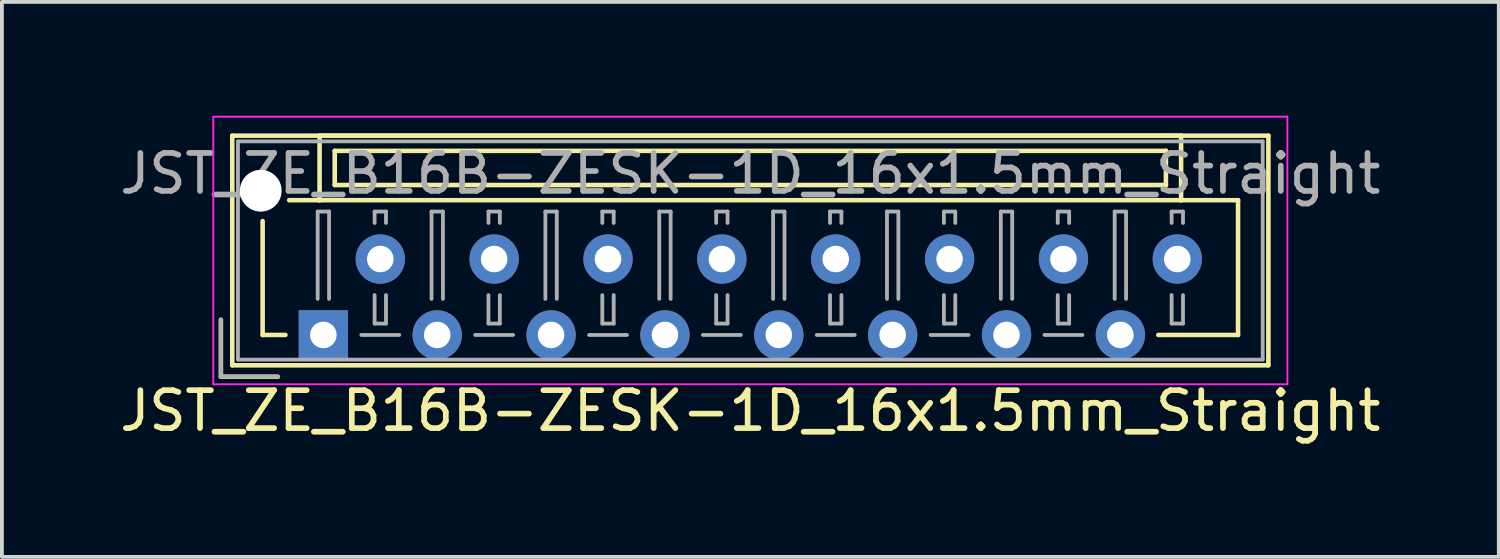
<source format=kicad_pcb>
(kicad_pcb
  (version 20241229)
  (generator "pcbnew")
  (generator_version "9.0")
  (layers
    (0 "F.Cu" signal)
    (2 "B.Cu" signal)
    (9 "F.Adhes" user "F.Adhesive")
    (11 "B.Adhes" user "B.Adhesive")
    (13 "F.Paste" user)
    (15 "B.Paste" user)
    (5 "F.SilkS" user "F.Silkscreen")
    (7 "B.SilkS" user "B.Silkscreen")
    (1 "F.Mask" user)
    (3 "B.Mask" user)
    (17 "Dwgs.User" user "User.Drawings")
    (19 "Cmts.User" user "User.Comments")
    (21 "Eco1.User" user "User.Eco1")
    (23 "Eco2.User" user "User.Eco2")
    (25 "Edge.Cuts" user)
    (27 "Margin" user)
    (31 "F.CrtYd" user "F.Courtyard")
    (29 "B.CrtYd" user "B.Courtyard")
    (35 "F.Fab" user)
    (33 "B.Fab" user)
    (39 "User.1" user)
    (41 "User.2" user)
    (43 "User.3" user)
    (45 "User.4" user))
  (footprint "JST_ZE_B16B-ZESK-1D_16x1.5mm_Straight"
    (layer "F.Cu")
    (at 5.47 5.775)
    (property "Reference" "JST_ZE_B16B-ZESK-1D_16x1.5mm_Straight" (at 11.25 2 0) (layer "F.SilkS") (effects (font (size 1 1) (thickness 0.15))))
    (attr through_hole)
    (fp_line (start -2.7 -0.4) (end -2.7 1.1) (stroke (width 0.12) (type solid)) (layer "F.SilkS"))
    (fp_line (start -2.7 1.1) (end -1.2 1.1) (stroke (width 0.12) (type solid)) (layer "F.SilkS"))
    (fp_line (start -2.4 -5.25) (end -2.4 0.8) (stroke (width 0.12) (type solid)) (layer "F.SilkS"))
    (fp_line (start -2.4 0.8) (end 24.9 0.8) (stroke (width 0.12) (type solid)) (layer "F.SilkS"))
    (fp_line (start -1.6 -3) (end -1.6 0) (stroke (width 0.12) (type solid)) (layer "F.SilkS"))
    (fp_line (start -1.6 0) (end -1 0) (stroke (width 0.12) (type solid)) (layer "F.SilkS"))
    (fp_line (start -0.1 -5.25) (end -0.1 -3.55) (stroke (width 0.12) (type solid)) (layer "F.SilkS"))
    (fp_line (start -0.1 -3.55) (end -0.9 -3.55) (stroke (width 0.12) (type solid)) (layer "F.SilkS"))
    (fp_line (start -0.1 -3.55) (end 22.6 -3.55) (stroke (width 0.12) (type solid)) (layer "F.SilkS"))
    (fp_line (start 0.3 -4.85) (end 0.3 -3.95) (stroke (width 0.12) (type solid)) (layer "F.SilkS"))
    (fp_line (start 0.3 -3.95) (end 22.2 -3.95) (stroke (width 0.12) (type solid)) (layer "F.SilkS"))
    (fp_line (start 22.2 -4.85) (end 0.3 -4.85) (stroke (width 0.12) (type solid)) (layer "F.SilkS"))
    (fp_line (start 22.2 -3.95) (end 22.2 -4.85) (stroke (width 0.12) (type solid)) (layer "F.SilkS"))
    (fp_line (start 22.6 -5.25) (end -0.1 -5.25) (stroke (width 0.12) (type solid)) (layer "F.SilkS"))
    (fp_line (start 22.6 -3.55) (end 22.6 -5.25) (stroke (width 0.12) (type solid)) (layer "F.SilkS"))
    (fp_line (start 22.6 -3.55) (end 24.1 -3.55) (stroke (width 0.12) (type solid)) (layer "F.SilkS"))
    (fp_line (start 24.1 -3.55) (end 24.1 0) (stroke (width 0.12) (type solid)) (layer "F.SilkS"))
    (fp_line (start 24.1 0) (end 22 0) (stroke (width 0.12) (type solid)) (layer "F.SilkS"))
    (fp_line (start 24.9 -5.25) (end -2.4 -5.25) (stroke (width 0.12) (type solid)) (layer "F.SilkS"))
    (fp_line (start 24.9 0.8) (end 24.9 -5.25) (stroke (width 0.12) (type solid)) (layer "F.SilkS"))
    (fp_line (start -2.9 -5.75) (end -2.9 1.3) (stroke (width 0.05) (type solid)) (layer "F.CrtYd"))
    (fp_line (start -2.9 1.3) (end 25.4 1.3) (stroke (width 0.05) (type solid)) (layer "F.CrtYd"))
    (fp_line (start 25.4 -5.75) (end -2.9 -5.75) (stroke (width 0.05) (type solid)) (layer "F.CrtYd"))
    (fp_line (start 25.4 1.3) (end 25.4 -5.75) (stroke (width 0.05) (type solid)) (layer "F.CrtYd"))
    (fp_line (start -2.7 -0.4) (end -2.7 1.1) (stroke (width 0.1) (type solid)) (layer "F.Fab"))
    (fp_line (start -2.7 1.1) (end -1.2 1.1) (stroke (width 0.1) (type solid)) (layer "F.Fab"))
    (fp_line (start -2.25 -5.1) (end -2.25 0.65) (stroke (width 0.1) (type solid)) (layer "F.Fab"))
    (fp_line (start -2.25 0.65) (end 24.75 0.65) (stroke (width 0.1) (type solid)) (layer "F.Fab"))
    (fp_line (start -0.15 -3.25) (end 0.15 -3.25) (stroke (width 0.1) (type solid)) (layer "F.Fab"))
    (fp_line (start -0.15 -0.95) (end -0.15 -3.25) (stroke (width 0.1) (type solid)) (layer "F.Fab"))
    (fp_line (start 0.15 -3.25) (end 0.15 -0.95) (stroke (width 0.1) (type solid)) (layer "F.Fab"))
    (fp_line (start 1 0) (end 2 0) (stroke (width 0.1) (type solid)) (layer "F.Fab"))
    (fp_line (start 1.35 -3.25) (end 1.65 -3.25) (stroke (width 0.1) (type solid)) (layer "F.Fab"))
    (fp_line (start 1.35 -2.95) (end 1.35 -3.25) (stroke (width 0.1) (type solid)) (layer "F.Fab"))
    (fp_line (start 1.35 -1.05) (end 1.35 -0.3) (stroke (width 0.1) (type solid)) (layer "F.Fab"))
    (fp_line (start 1.35 -0.3) (end 1.65 -0.3) (stroke (width 0.1) (type solid)) (layer "F.Fab"))
    (fp_line (start 1.65 -3.25) (end 1.65 -2.95) (stroke (width 0.1) (type solid)) (layer "F.Fab"))
    (fp_line (start 1.65 -0.3) (end 1.65 -1.05) (stroke (width 0.1) (type solid)) (layer "F.Fab"))
    (fp_line (start 2.85 -3.25) (end 3.15 -3.25) (stroke (width 0.1) (type solid)) (layer "F.Fab"))
    (fp_line (start 2.85 -0.95) (end 2.85 -3.25) (stroke (width 0.1) (type solid)) (layer "F.Fab"))
    (fp_line (start 3.15 -3.25) (end 3.15 -0.95) (stroke (width 0.1) (type solid)) (layer "F.Fab"))
    (fp_line (start 4 0) (end 5 0) (stroke (width 0.1) (type solid)) (layer "F.Fab"))
    (fp_line (start 4.35 -3.25) (end 4.65 -3.25) (stroke (width 0.1) (type solid)) (layer "F.Fab"))
    (fp_line (start 4.35 -2.95) (end 4.35 -3.25) (stroke (width 0.1) (type solid)) (layer "F.Fab"))
    (fp_line (start 4.35 -1.05) (end 4.35 -0.3) (stroke (width 0.1) (type solid)) (layer "F.Fab"))
    (fp_line (start 4.35 -0.3) (end 4.65 -0.3) (stroke (width 0.1) (type solid)) (layer "F.Fab"))
    (fp_line (start 4.65 -3.25) (end 4.65 -2.95) (stroke (width 0.1) (type solid)) (layer "F.Fab"))
    (fp_line (start 4.65 -0.3) (end 4.65 -1.05) (stroke (width 0.1) (type solid)) (layer "F.Fab"))
    (fp_line (start 5.85 -3.25) (end 6.15 -3.25) (stroke (width 0.1) (type solid)) (layer "F.Fab"))
    (fp_line (start 5.85 -0.95) (end 5.85 -3.25) (stroke (width 0.1) (type solid)) (layer "F.Fab"))
    (fp_line (start 6.15 -3.25) (end 6.15 -0.95) (stroke (width 0.1) (type solid)) (layer "F.Fab"))
    (fp_line (start 7 0) (end 8 0) (stroke (width 0.1) (type solid)) (layer "F.Fab"))
    (fp_line (start 7.35 -3.25) (end 7.65 -3.25) (stroke (width 0.1) (type solid)) (layer "F.Fab"))
    (fp_line (start 7.35 -2.95) (end 7.35 -3.25) (stroke (width 0.1) (type solid)) (layer "F.Fab"))
    (fp_line (start 7.35 -1.05) (end 7.35 -0.3) (stroke (width 0.1) (type solid)) (layer "F.Fab"))
    (fp_line (start 7.35 -0.3) (end 7.65 -0.3) (stroke (width 0.1) (type solid)) (layer "F.Fab"))
    (fp_line (start 7.65 -3.25) (end 7.65 -2.95) (stroke (width 0.1) (type solid)) (layer "F.Fab"))
    (fp_line (start 7.65 -0.3) (end 7.65 -1.05) (stroke (width 0.1) (type solid)) (layer "F.Fab"))
    (fp_line (start 8.85 -3.25) (end 9.15 -3.25) (stroke (width 0.1) (type solid)) (layer "F.Fab"))
    (fp_line (start 8.85 -0.95) (end 8.85 -3.25) (stroke (width 0.1) (type solid)) (layer "F.Fab"))
    (fp_line (start 9.15 -3.25) (end 9.15 -0.95) (stroke (width 0.1) (type solid)) (layer "F.Fab"))
    (fp_line (start 10 0) (end 11 0) (stroke (width 0.1) (type solid)) (layer "F.Fab"))
    (fp_line (start 10.35 -3.25) (end 10.65 -3.25) (stroke (width 0.1) (type solid)) (layer "F.Fab"))
    (fp_line (start 10.35 -2.95) (end 10.35 -3.25) (stroke (width 0.1) (type solid)) (layer "F.Fab"))
    (fp_line (start 10.35 -1.05) (end 10.35 -0.3) (stroke (width 0.1) (type solid)) (layer "F.Fab"))
    (fp_line (start 10.35 -0.3) (end 10.65 -0.3) (stroke (width 0.1) (type solid)) (layer "F.Fab"))
    (fp_line (start 10.65 -3.25) (end 10.65 -2.95) (stroke (width 0.1) (type solid)) (layer "F.Fab"))
    (fp_line (start 10.65 -0.3) (end 10.65 -1.05) (stroke (width 0.1) (type solid)) (layer "F.Fab"))
    (fp_line (start 11.85 -3.25) (end 12.15 -3.25) (stroke (width 0.1) (type solid)) (layer "F.Fab"))
    (fp_line (start 11.85 -0.95) (end 11.85 -3.25) (stroke (width 0.1) (type solid)) (layer "F.Fab"))
    (fp_line (start 12.15 -3.25) (end 12.15 -0.95) (stroke (width 0.1) (type solid)) (layer "F.Fab"))
    (fp_line (start 13 0) (end 14 0) (stroke (width 0.1) (type solid)) (layer "F.Fab"))
    (fp_line (start 13.35 -3.25) (end 13.65 -3.25) (stroke (width 0.1) (type solid)) (layer "F.Fab"))
    (fp_line (start 13.35 -2.95) (end 13.35 -3.25) (stroke (width 0.1) (type solid)) (layer "F.Fab"))
    (fp_line (start 13.35 -1.05) (end 13.35 -0.3) (stroke (width 0.1) (type solid)) (layer "F.Fab"))
    (fp_line (start 13.35 -0.3) (end 13.65 -0.3) (stroke (width 0.1) (type solid)) (layer "F.Fab"))
    (fp_line (start 13.65 -3.25) (end 13.65 -2.95) (stroke (width 0.1) (type solid)) (layer "F.Fab"))
    (fp_line (start 13.65 -0.3) (end 13.65 -1.05) (stroke (width 0.1) (type solid)) (layer "F.Fab"))
    (fp_line (start 14.85 -3.25) (end 15.15 -3.25) (stroke (width 0.1) (type solid)) (layer "F.Fab"))
    (fp_line (start 14.85 -0.95) (end 14.85 -3.25) (stroke (width 0.1) (type solid)) (layer "F.Fab"))
    (fp_line (start 15.15 -3.25) (end 15.15 -0.95) (stroke (width 0.1) (type solid)) (layer "F.Fab"))
    (fp_line (start 16 0) (end 17 0) (stroke (width 0.1) (type solid)) (layer "F.Fab"))
    (fp_line (start 16.35 -3.25) (end 16.65 -3.25) (stroke (width 0.1) (type solid)) (layer "F.Fab"))
    (fp_line (start 16.35 -2.95) (end 16.35 -3.25) (stroke (width 0.1) (type solid)) (layer "F.Fab"))
    (fp_line (start 16.35 -1.05) (end 16.35 -0.3) (stroke (width 0.1) (type solid)) (layer "F.Fab"))
    (fp_line (start 16.35 -0.3) (end 16.65 -0.3) (stroke (width 0.1) (type solid)) (layer "F.Fab"))
    (fp_line (start 16.65 -3.25) (end 16.65 -2.95) (stroke (width 0.1) (type solid)) (layer "F.Fab"))
    (fp_line (start 16.65 -0.3) (end 16.65 -1.05) (stroke (width 0.1) (type solid)) (layer "F.Fab"))
    (fp_line (start 17.85 -3.25) (end 18.15 -3.25) (stroke (width 0.1) (type solid)) (layer "F.Fab"))
    (fp_line (start 17.85 -0.95) (end 17.85 -3.25) (stroke (width 0.1) (type solid)) (layer "F.Fab"))
    (fp_line (start 18.15 -3.25) (end 18.15 -0.95) (stroke (width 0.1) (type solid)) (layer "F.Fab"))
    (fp_line (start 19 0) (end 20 0) (stroke (width 0.1) (type solid)) (layer "F.Fab"))
    (fp_line (start 19.35 -3.25) (end 19.65 -3.25) (stroke (width 0.1) (type solid)) (layer "F.Fab"))
    (fp_line (start 19.35 -2.95) (end 19.35 -3.25) (stroke (width 0.1) (type solid)) (layer "F.Fab"))
    (fp_line (start 19.35 -1.05) (end 19.35 -0.3) (stroke (width 0.1) (type solid)) (layer "F.Fab"))
    (fp_line (start 19.35 -0.3) (end 19.65 -0.3) (stroke (width 0.1) (type solid)) (layer "F.Fab"))
    (fp_line (start 19.65 -3.25) (end 19.65 -2.95) (stroke (width 0.1) (type solid)) (layer "F.Fab"))
    (fp_line (start 19.65 -0.3) (end 19.65 -1.05) (stroke (width 0.1) (type solid)) (layer "F.Fab"))
    (fp_line (start 20.85 -3.25) (end 21.15 -3.25) (stroke (width 0.1) (type solid)) (layer "F.Fab"))
    (fp_line (start 20.85 -0.95) (end 20.85 -3.25) (stroke (width 0.1) (type solid)) (layer "F.Fab"))
    (fp_line (start 21.15 -3.25) (end 21.15 -0.95) (stroke (width 0.1) (type solid)) (layer "F.Fab"))
    (fp_line (start 22.35 -3.25) (end 22.65 -3.25) (stroke (width 0.1) (type solid)) (layer "F.Fab"))
    (fp_line (start 22.35 -2.95) (end 22.35 -3.25) (stroke (width 0.1) (type solid)) (layer "F.Fab"))
    (fp_line (start 22.35 -1.05) (end 22.35 -0.3) (stroke (width 0.1) (type solid)) (layer "F.Fab"))
    (fp_line (start 22.35 -0.3) (end 22.65 -0.3) (stroke (width 0.1) (type solid)) (layer "F.Fab"))
    (fp_line (start 22.65 -3.25) (end 22.65 -2.95) (stroke (width 0.1) (type solid)) (layer "F.Fab"))
    (fp_line (start 22.65 -0.3) (end 22.65 -1.05) (stroke (width 0.1) (type solid)) (layer "F.Fab"))
    (fp_line (start 24.75 -5.1) (end -2.25 -5.1) (stroke (width 0.1) (type solid)) (layer "F.Fab"))
    (fp_line (start 24.75 0.65) (end 24.75 -5.1) (stroke (width 0.1) (type solid)) (layer "F.Fab"))
    (fp_text user "${REFERENCE}" (at 11.25 -4.25 0) (layer "F.Fab") (effects (font (size 1 1) (thickness 0.15))))
    (pad "" np_thru_hole circle (at -1.65 -3.8) (size 1.1 1.1) (drill 1.1) (layers "*.Cu"))
    (pad "1" thru_hole rect (at 0 0) (size 1.3 1.3) (drill 0.7) (layers "*.Cu" "*.Mask"))
    (pad "2" thru_hole circle (at 1.5 -2) (size 1.3 1.3) (drill 0.7) (layers "*.Cu" "*.Mask"))
    (pad "3" thru_hole circle (at 3 0) (size 1.3 1.3) (drill 0.7) (layers "*.Cu" "*.Mask"))
    (pad "4" thru_hole circle (at 4.5 -2) (size 1.3 1.3) (drill 0.7) (layers "*.Cu" "*.Mask"))
    (pad "5" thru_hole circle (at 6 0) (size 1.3 1.3) (drill 0.7) (layers "*.Cu" "*.Mask"))
    (pad "6" thru_hole circle (at 7.5 -2) (size 1.3 1.3) (drill 0.7) (layers "*.Cu" "*.Mask"))
    (pad "7" thru_hole circle (at 9 0) (size 1.3 1.3) (drill 0.7) (layers "*.Cu" "*.Mask"))
    (pad "8" thru_hole circle (at 10.5 -2) (size 1.3 1.3) (drill 0.7) (layers "*.Cu" "*.Mask"))
    (pad "9" thru_hole circle (at 12 0) (size 1.3 1.3) (drill 0.7) (layers "*.Cu" "*.Mask"))
    (pad "10" thru_hole circle (at 13.5 -2) (size 1.3 1.3) (drill 0.7) (layers "*.Cu" "*.Mask"))
    (pad "11" thru_hole circle (at 15 0) (size 1.3 1.3) (drill 0.7) (layers "*.Cu" "*.Mask"))
    (pad "12" thru_hole circle (at 16.5 -2) (size 1.3 1.3) (drill 0.7) (layers "*.Cu" "*.Mask"))
    (pad "13" thru_hole circle (at 18 0) (size 1.3 1.3) (drill 0.7) (layers "*.Cu" "*.Mask"))
    (pad "14" thru_hole circle (at 19.5 -2) (size 1.3 1.3) (drill 0.7) (layers "*.Cu" "*.Mask"))
    (pad "15" thru_hole circle (at 21 0) (size 1.3 1.3) (drill 0.7) (layers "*.Cu" "*.Mask"))
    (pad "16" thru_hole circle (at 22.5 -2) (size 1.3 1.3) (drill 0.7) (layers "*.Cu" "*.Mask")))
  (gr_rect
    (start -3 -3)
    (end 36.44 11.623)
    (stroke (width 0.1) (type default))
    (fill no)
    (layer "Edge.Cuts")))
</source>
